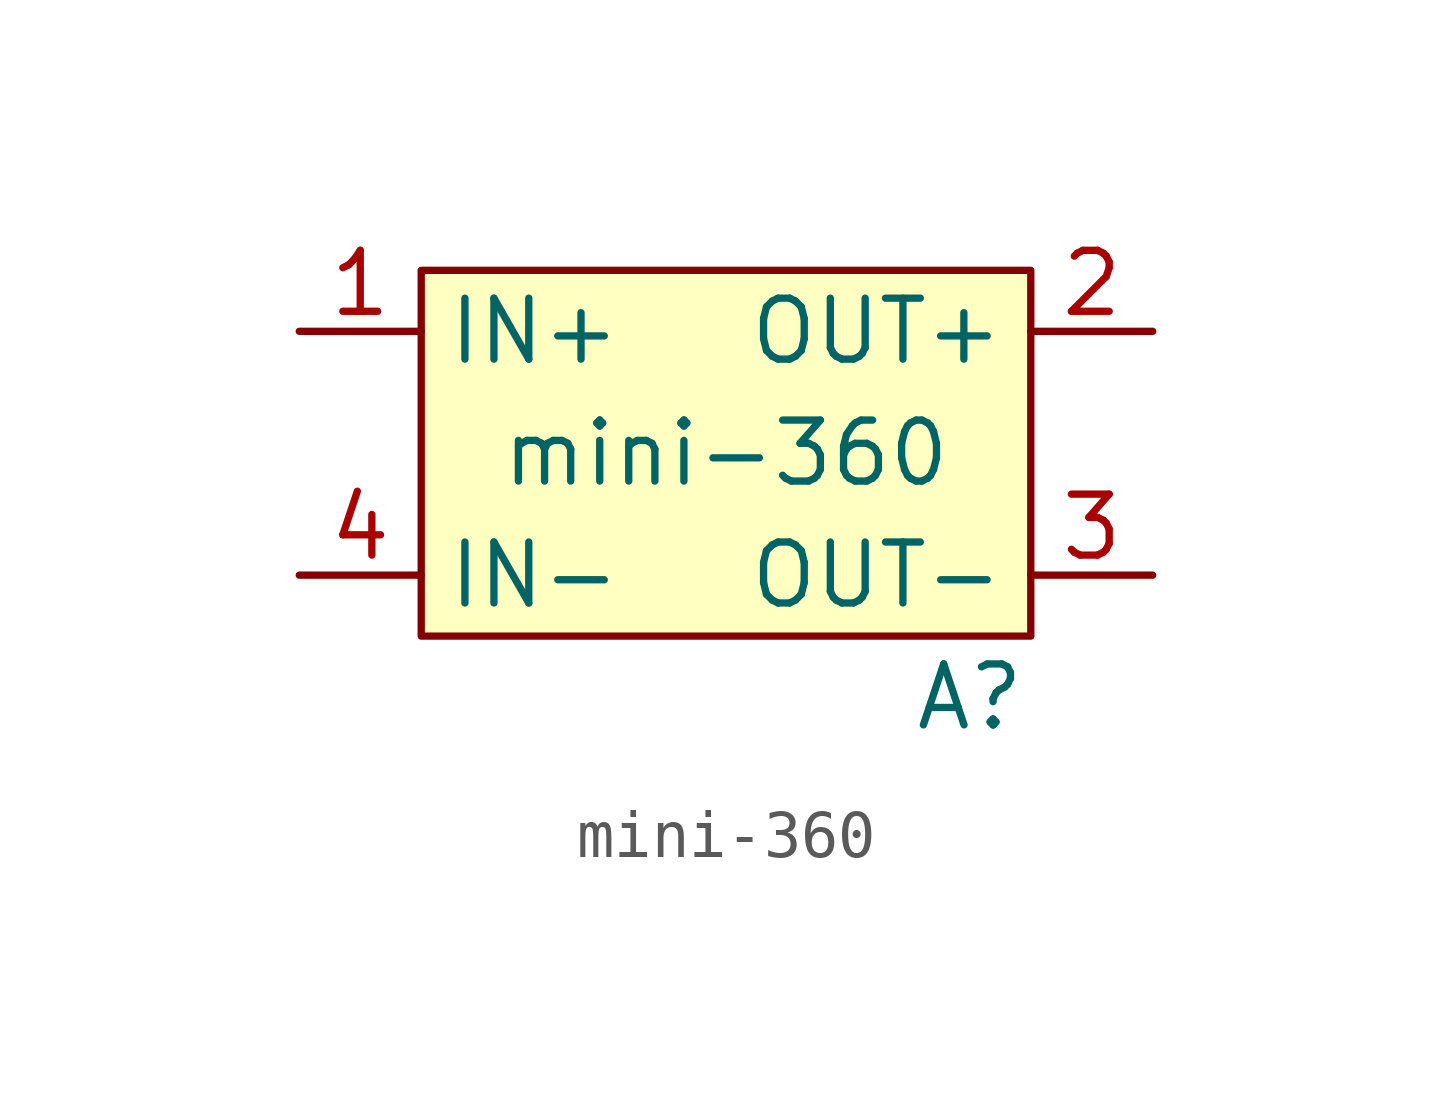
<source format=kicad_sym>
(kicad_symbol_lib
  (version 20211014)
  (generator kicad_symbol_editor)
  (symbol "mini-360"
    (property "Reference" "A"
      (at 5.08 -7.62 0)
      (effects (font (size 1.27 1.27))))
    (property "Value" "mini-360"
      (at 0 -2.54 0)
      (effects (font (size 1.27 1.27))))
    (symbol "mini-360_0_1"
      (rectangle (start -6.35 1.27) (end 6.35 -6.35) (stroke (width 0) (type default) (color 0 0 0 0)) (fill (type background))))
    (symbol "mini-360_1_1"
      (pin power_in line (at -8.89 0 0) (length 2.54) (name "IN+" (effects (font (size 1.27 1.27)))) (number "1" (effects (font (size 1.27 1.27)))))
      (pin power_out line (at 8.89 0 180) (length 2.54) (name "OUT+" (effects (font (size 1.27 1.27)))) (number "2" (effects (font (size 1.27 1.27)))))
      (pin power_out line (at 8.89 -5.08 180) (length 2.54) (name "OUT-" (effects (font (size 1.27 1.27)))) (number "3" (effects (font (size 1.27 1.27)))))
      (pin power_in line (at -8.89 -5.08 0) (length 2.54) (name "IN-" (effects (font (size 1.27 1.27)))) (number "4" (effects (font (size 1.27 1.27))))))))
</source>
